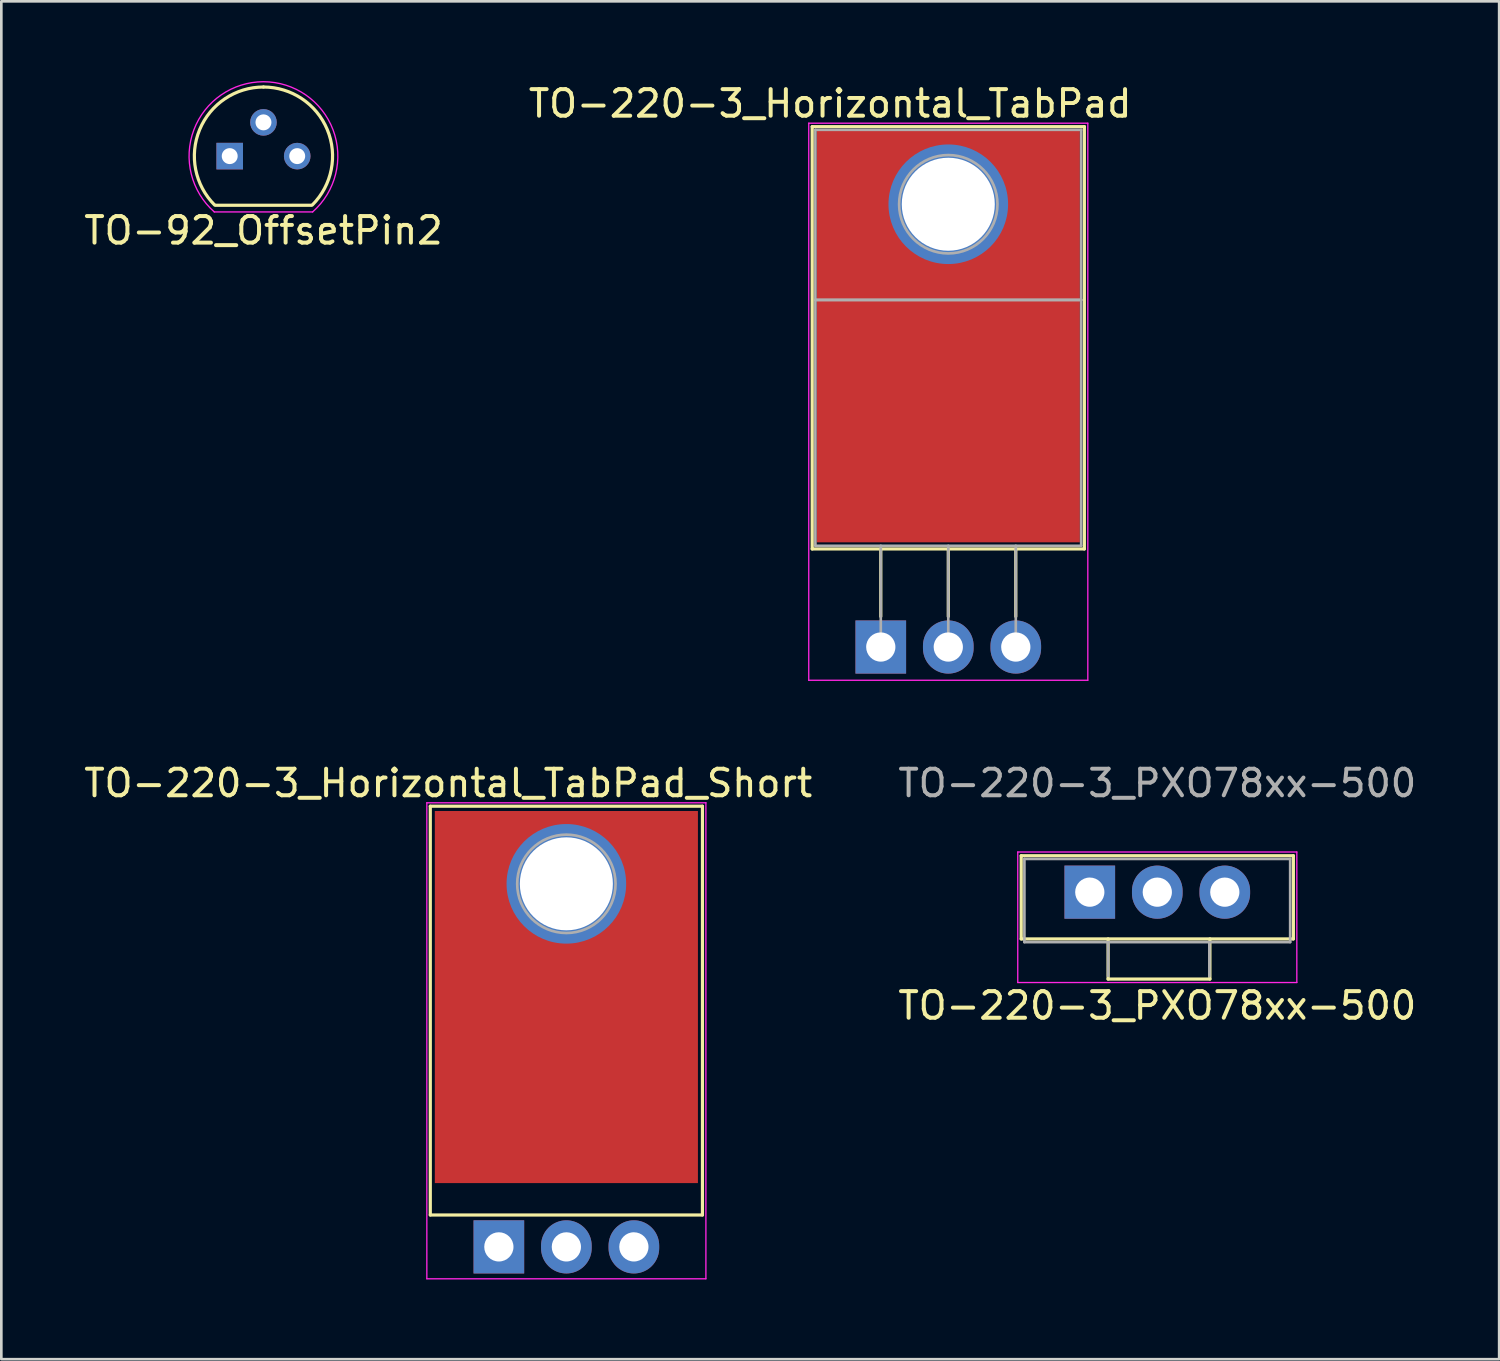
<source format=kicad_pcb>
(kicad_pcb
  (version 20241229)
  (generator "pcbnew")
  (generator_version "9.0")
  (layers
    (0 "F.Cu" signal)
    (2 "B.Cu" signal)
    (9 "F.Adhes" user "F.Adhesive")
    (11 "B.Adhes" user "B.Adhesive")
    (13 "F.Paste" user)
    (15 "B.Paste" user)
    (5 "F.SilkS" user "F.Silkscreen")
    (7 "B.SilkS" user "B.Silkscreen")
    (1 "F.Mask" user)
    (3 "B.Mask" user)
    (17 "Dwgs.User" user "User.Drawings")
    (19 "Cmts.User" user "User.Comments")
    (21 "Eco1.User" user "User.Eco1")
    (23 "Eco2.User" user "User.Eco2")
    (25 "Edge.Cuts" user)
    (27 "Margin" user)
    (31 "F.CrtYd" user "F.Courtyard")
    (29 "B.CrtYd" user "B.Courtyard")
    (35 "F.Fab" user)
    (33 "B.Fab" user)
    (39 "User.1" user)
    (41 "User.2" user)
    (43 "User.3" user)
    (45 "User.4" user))
  (footprint "TO-220-3_Horizontal_TabPad"
    (layer "F.Cu")
    (at 30.09 21.295)
    (property "Reference" "TO-220-3_Horizontal_TabPad" (at -1.905 -20.447 0) (layer "F.SilkS") (effects (font (size 1 1) (thickness 0.15))))
    (attr through_hole)
    (fp_line (start -2.58 -19.58) (end -2.58 -3.69) (stroke (width 0.12) (type solid)) (layer "F.SilkS"))
    (fp_line (start -2.58 -19.58) (end 7.66 -19.58) (stroke (width 0.12) (type solid)) (layer "F.SilkS"))
    (fp_line (start -2.58 -3.69) (end 7.66 -3.69) (stroke (width 0.12) (type solid)) (layer "F.SilkS"))
    (fp_line (start 0 -3.69) (end 0 -1.15) (stroke (width 0.12) (type solid)) (layer "F.SilkS"))
    (fp_line (start 2.54 -3.69) (end 2.54 -1.15) (stroke (width 0.12) (type solid)) (layer "F.SilkS"))
    (fp_line (start 5.08 -3.69) (end 5.08 -1.15) (stroke (width 0.12) (type solid)) (layer "F.SilkS"))
    (fp_line (start 7.66 -19.58) (end 7.66 -3.69) (stroke (width 0.12) (type solid)) (layer "F.SilkS"))
    (fp_line (start -2.71 -19.71) (end -2.71 1.25) (stroke (width 0.05) (type solid)) (layer "F.CrtYd"))
    (fp_line (start -2.71 1.25) (end 7.79 1.25) (stroke (width 0.05) (type solid)) (layer "F.CrtYd"))
    (fp_line (start 7.79 -19.71) (end -2.71 -19.71) (stroke (width 0.05) (type solid)) (layer "F.CrtYd"))
    (fp_line (start 7.79 1.25) (end 7.79 -19.71) (stroke (width 0.05) (type solid)) (layer "F.CrtYd"))
    (fp_line (start -2.46 -19.46) (end 7.54 -19.46) (stroke (width 0.1) (type solid)) (layer "F.Fab"))
    (fp_line (start -2.46 -13.06) (end -2.46 -19.46) (stroke (width 0.1) (type solid)) (layer "F.Fab"))
    (fp_line (start -2.46 -13.06) (end 7.54 -13.06) (stroke (width 0.1) (type solid)) (layer "F.Fab"))
    (fp_line (start -2.46 -3.81) (end -2.46 -13.06) (stroke (width 0.1) (type solid)) (layer "F.Fab"))
    (fp_line (start 0 -3.81) (end 0 0) (stroke (width 0.1) (type solid)) (layer "F.Fab"))
    (fp_line (start 2.54 -3.81) (end 2.54 0) (stroke (width 0.1) (type solid)) (layer "F.Fab"))
    (fp_line (start 5.08 -3.81) (end 5.08 0) (stroke (width 0.1) (type solid)) (layer "F.Fab"))
    (fp_line (start 7.54 -19.46) (end 7.54 -13.06) (stroke (width 0.1) (type solid)) (layer "F.Fab"))
    (fp_line (start 7.54 -13.06) (end -2.46 -13.06) (stroke (width 0.1) (type solid)) (layer "F.Fab"))
    (fp_line (start 7.54 -13.06) (end 7.54 -3.81) (stroke (width 0.1) (type solid)) (layer "F.Fab"))
    (fp_line (start 7.54 -3.81) (end -2.46 -3.81) (stroke (width 0.1) (type solid)) (layer "F.Fab"))
    (fp_circle (center 2.54 -16.66) (end 4.39 -16.66) (stroke (width 0.1) (type solid)) (fill no) (layer "F.Fab"))
    (pad "" thru_hole oval (at 2.54 -16.66) (size 4.5 4.5) (drill 3.5) (layers "*.Cu" "*.Mask"))
    (pad "1" thru_hole rect (at 0 0) (size 1.905 2) (drill 1.1) (layers "*.Cu" "*.Mask"))
    (pad "2" thru_hole oval (at 2.54 0) (size 1.905 2) (drill 1.1) (layers "*.Cu" "*.Mask"))
    (pad "3" thru_hole oval (at 5.08 0) (size 1.905 2) (drill 1.1) (layers "*.Cu" "*.Mask"))
    (pad "4" smd rect (at 2.54 -11.684) (size 9.9 15.49) (layers "F.Cu" "F.Mask")))
  (footprint "TO-92_OffsetPin2"
    (layer "F.Cu")
    (at 6.863 2.824)
    (property "Reference" "TO-92_OffsetPin2" (at 0 2.8 0) (layer "F.SilkS") (effects (font (size 1 1) (thickness 0.15))))
    (attr through_hole)
    (fp_line (start -1.8 1.85) (end 1.8 1.85) (stroke (width 0.12) (type solid)) (layer "F.SilkS"))
    (fp_arc (start -1.838478 1.838478) (mid -2.402087 -0.994977) (end 0 -2.6) (stroke (width 0.12) (type solid)) (layer "F.SilkS"))
    (fp_arc (start 0 -2.6) (mid 2.402087 -0.994977) (end 1.838478 1.838478) (stroke (width 0.12) (type solid)) (layer "F.SilkS"))
    (fp_line (start 1.85 2.1) (end -1.85 2.1) (stroke (width 0.05) (type solid)) (layer "F.CrtYd"))
    (fp_arc (start -1.85 2.1) (mid 0 -2.79866) (end 1.85 2.1) (stroke (width 0.05) (type solid)) (layer "F.CrtYd"))
    (pad "1" thru_hole rect (at -1.27 0 90) (size 1 1) (drill 0.6) (layers "*.Cu" "*.Mask"))
    (pad "2" thru_hole circle (at 0 -1.27 90) (size 1 1) (drill 0.6) (layers "*.Cu" "*.Mask"))
    (pad "3" thru_hole circle (at 1.27 0 90) (size 1 1) (drill 0.6) (layers "*.Cu" "*.Mask")))
  (footprint "TO-220-3_Horizontal_TabPad_Short"
    (layer "F.Cu")
    (at 18.26 43.865)
    (property "Reference" "TO-220-3_Horizontal_TabPad_Short" (at -4.445 -17.447 0) (layer "F.SilkS") (effects (font (size 1 1) (thickness 0.15))))
    (attr through_hole)
    (fp_line (start -5.12 -16.58) (end -5.12 -1.2) (stroke (width 0.12) (type solid)) (layer "F.SilkS"))
    (fp_line (start -5.12 -16.58) (end 5.12 -16.58) (stroke (width 0.12) (type solid)) (layer "F.SilkS"))
    (fp_line (start -5.12 -1.2) (end 5.12 -1.2) (stroke (width 0.12) (type solid)) (layer "F.SilkS"))
    (fp_line (start 5.12 -16.58) (end 5.12 -1.2) (stroke (width 0.12) (type solid)) (layer "F.SilkS"))
    (fp_line (start -5.25 -16.71) (end -5.25 1.2) (stroke (width 0.05) (type solid)) (layer "F.CrtYd"))
    (fp_line (start -5.25 1.2) (end 5.25 1.2) (stroke (width 0.05) (type solid)) (layer "F.CrtYd"))
    (fp_line (start 5.25 -16.71) (end -5.25 -16.71) (stroke (width 0.05) (type solid)) (layer "F.CrtYd"))
    (fp_line (start 5.25 1.2) (end 5.25 -16.71) (stroke (width 0.05) (type solid)) (layer "F.CrtYd"))
    (fp_circle (center 0 -13.66) (end 1.85 -13.66) (stroke (width 0.1) (type solid)) (fill no) (layer "F.Fab"))
    (pad "1" thru_hole rect (at -2.54 0) (size 1.905 2) (drill 1.1) (layers "*.Cu" "*.Mask"))
    (pad "2" thru_hole oval (at 0 0 180) (size 1.905 2) (drill 1.1) (layers "*.Cu" "*.Mask"))
    (pad "3" thru_hole oval (at 2.54 0) (size 1.905 2) (drill 1.1) (layers "*.Cu" "*.Mask"))
    (pad "4" smd rect (at 0 -9.4) (size 9.9 14) (layers "F.Cu" "F.Mask"))
    (pad "5" thru_hole oval (at 0 -13.66) (size 4.5 4.5) (drill 3.5) (layers "*.Cu" "*.Mask")))
  (footprint "TO-220-3_PXO78xx-500"
    (layer "F.Cu")
    (at 37.954 34.038)
    (property "Reference" "TO-220-3_PXO78xx-500" (at 2.54 0.75 180) (layer "F.SilkS") (effects (font (size 1 1) (thickness 0.15))))
    (attr through_hole)
    (fp_line (start -2.58 -1.76) (end -2.58 -4.891) (stroke (width 0.12) (type solid)) (layer "F.SilkS"))
    (fp_line (start 0.689 -0.25) (end 0.689 -1.76) (stroke (width 0.12) (type solid)) (layer "F.SilkS"))
    (fp_line (start 4.52 -0.25) (end 0.689 -0.25) (stroke (width 0.12) (type solid)) (layer "F.SilkS"))
    (fp_line (start 4.52 -0.25) (end 4.52 -1.76) (stroke (width 0.12) (type solid)) (layer "F.SilkS"))
    (fp_line (start 7.66 -4.891) (end -2.58 -4.891) (stroke (width 0.12) (type solid)) (layer "F.SilkS"))
    (fp_line (start 7.66 -1.76) (end -2.58 -1.76) (stroke (width 0.12) (type solid)) (layer "F.SilkS"))
    (fp_line (start 7.66 -1.76) (end 7.66 -4.891) (stroke (width 0.12) (type solid)) (layer "F.SilkS"))
    (fp_line (start -2.71 -5.03) (end -2.71 -0.12) (stroke (width 0.05) (type solid)) (layer "F.CrtYd"))
    (fp_line (start -2.71 -0.12) (end 7.79 -0.12) (stroke (width 0.05) (type solid)) (layer "F.CrtYd"))
    (fp_line (start 7.79 -5.03) (end -2.71 -5.03) (stroke (width 0.05) (type solid)) (layer "F.CrtYd"))
    (fp_line (start 7.79 -0.12) (end 7.79 -5.03) (stroke (width 0.05) (type solid)) (layer "F.CrtYd"))
    (fp_line (start -2.46 -4.77) (end -2.46 -1.64) (stroke (width 0.1) (type solid)) (layer "F.Fab"))
    (fp_line (start 0.69 -0.37) (end 0.69 -1.64) (stroke (width 0.1) (type solid)) (layer "F.Fab"))
    (fp_line (start 4.5 -0.355) (end 4.5 -1.625) (stroke (width 0.1) (type solid)) (layer "F.Fab"))
    (fp_line (start 7.54 -4.77) (end -2.46 -4.77) (stroke (width 0.1) (type solid)) (layer "F.Fab"))
    (fp_line (start 7.54 -1.64) (end -2.46 -1.64) (stroke (width 0.1) (type solid)) (layer "F.Fab"))
    (fp_line (start 7.54 -1.64) (end 7.54 -4.77) (stroke (width 0.1) (type solid)) (layer "F.Fab"))
    (fp_text user "${REFERENCE}" (at 2.54 -7.62 180) (layer "F.Fab") (effects (font (size 1 1) (thickness 0.15))))
    (pad "1" thru_hole rect (at 0 -3.52 180) (size 1.905 2) (drill 1.1) (layers "*.Cu" "*.Mask"))
    (pad "2" thru_hole oval (at 2.54 -3.52 180) (size 1.905 2) (drill 1.1) (layers "*.Cu" "*.Mask"))
    (pad "3" thru_hole oval (at 5.08 -3.52 180) (size 1.905 2) (drill 1.1) (layers "*.Cu" "*.Mask")))
  (gr_rect
    (start -3 -3)
    (end 53.357 48.09)
    (stroke (width 0.1) (type default))
    (fill no)
    (layer "Edge.Cuts")))
</source>
